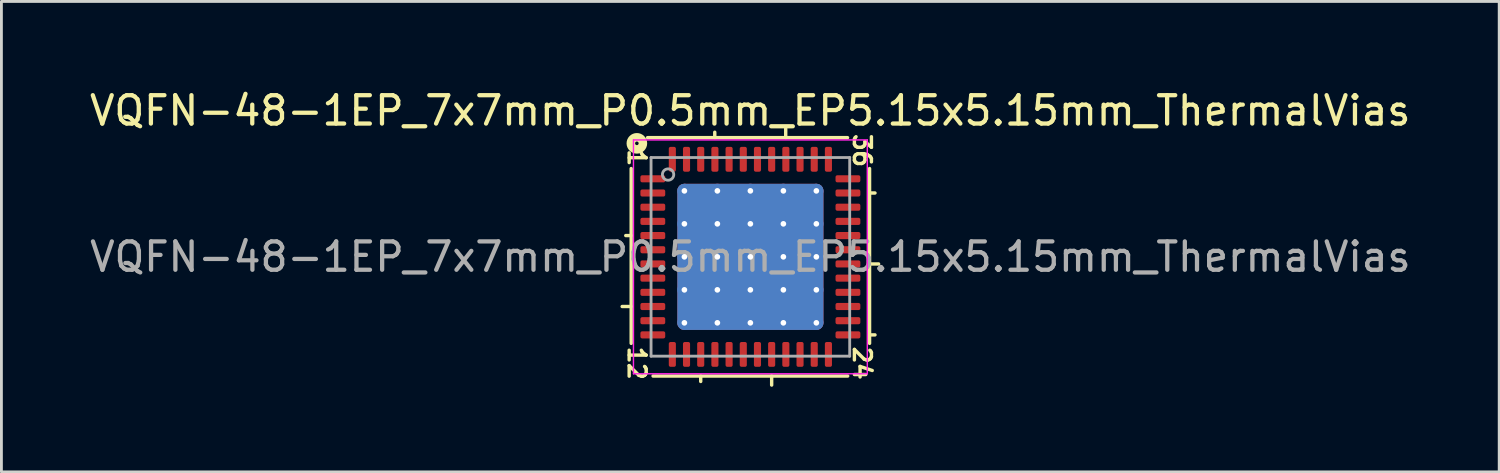
<source format=kicad_pcb>
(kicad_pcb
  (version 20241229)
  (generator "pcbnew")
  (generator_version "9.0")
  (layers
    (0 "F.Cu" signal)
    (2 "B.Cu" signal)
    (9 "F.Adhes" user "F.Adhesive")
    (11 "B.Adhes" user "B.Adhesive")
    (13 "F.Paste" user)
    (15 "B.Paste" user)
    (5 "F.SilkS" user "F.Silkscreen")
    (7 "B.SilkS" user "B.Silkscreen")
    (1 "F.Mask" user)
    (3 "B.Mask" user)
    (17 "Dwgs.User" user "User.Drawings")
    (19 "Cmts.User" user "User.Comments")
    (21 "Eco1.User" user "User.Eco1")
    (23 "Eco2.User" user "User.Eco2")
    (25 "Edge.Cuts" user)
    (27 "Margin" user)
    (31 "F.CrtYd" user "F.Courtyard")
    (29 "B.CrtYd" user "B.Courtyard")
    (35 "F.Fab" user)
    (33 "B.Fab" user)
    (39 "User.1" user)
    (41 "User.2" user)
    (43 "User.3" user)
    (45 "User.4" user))
  (footprint "VQFN-48-1EP_7x7mm_P0.5mm_EP5.15x5.15mm_ThermalVias"
    (layer "F.Cu")
    (at 23.392 6.001)
    (property "Reference" "VQFN-48-1EP_7x7mm_P0.5mm_EP5.15x5.15mm_ThermalVias" (at -0.005 -5.152 0) (layer "F.SilkS") (effects (font (size 1 1) (thickness 0.15))))
    (attr smd)
    (fp_line (start -4.2 -3.111) (end -4.2 3.048) (stroke (width 0.12) (type solid)) (layer "F.SilkS"))
    (fp_line (start -4.2 -0.75) (end -4.391 -0.75) (stroke (width 0.12) (type solid)) (layer "F.SilkS"))
    (fp_line (start -4.2 1.75) (end -4.518 1.75) (stroke (width 0.12) (type solid)) (layer "F.SilkS"))
    (fp_line (start -3.429 4.2) (end 3.429 4.2) (stroke (width 0.12) (type solid)) (layer "F.SilkS"))
    (fp_line (start -1.75 4.2) (end -1.75 4.391) (stroke (width 0.12) (type solid)) (layer "F.SilkS"))
    (fp_line (start -1.255 -4.2) (end -1.255 -4.391) (stroke (width 0.12) (type solid)) (layer "F.SilkS"))
    (fp_line (start 0.75 4.2) (end 0.75 4.518) (stroke (width 0.12) (type solid)) (layer "F.SilkS"))
    (fp_line (start 1.245 -4.2) (end 1.245 -4.518) (stroke (width 0.12) (type solid)) (layer "F.SilkS"))
    (fp_line (start 3.424 -4.2) (end -3.624 -4.2) (stroke (width 0.12) (type solid)) (layer "F.SilkS"))
    (fp_line (start 4.2 -2.25) (end 4.391 -2.25) (stroke (width 0.12) (type solid)) (layer "F.SilkS"))
    (fp_line (start 4.2 0.25) (end 4.518 0.25) (stroke (width 0.12) (type solid)) (layer "F.SilkS"))
    (fp_line (start 4.2 2.75) (end 4.391 2.75) (stroke (width 0.12) (type solid)) (layer "F.SilkS"))
    (fp_line (start 4.2 3.048) (end 4.2 -3.111) (stroke (width 0.12) (type solid)) (layer "F.SilkS"))
    (fp_circle (center -4 -4) (end -3.937 -4) (stroke (width 0.3) (type solid)) (fill no) (layer "F.SilkS"))
    (fp_line (start -4.12 -4.12) (end -4.12 4.12) (stroke (width 0.05) (type solid)) (layer "F.CrtYd"))
    (fp_line (start -4.12 4.12) (end 4.12 4.12) (stroke (width 0.05) (type solid)) (layer "F.CrtYd"))
    (fp_line (start 4.12 -4.12) (end -4.12 -4.12) (stroke (width 0.05) (type solid)) (layer "F.CrtYd"))
    (fp_line (start 4.12 4.12) (end 4.12 -4.12) (stroke (width 0.05) (type solid)) (layer "F.CrtYd"))
    (fp_line (start -3.5 -3.5) (end 3.5 -3.5) (stroke (width 0.1) (type solid)) (layer "F.Fab"))
    (fp_line (start -3.5 3.5) (end -3.5 -3.5) (stroke (width 0.1) (type solid)) (layer "F.Fab"))
    (fp_line (start 3.5 -3.5) (end 3.5 3.5) (stroke (width 0.1) (type solid)) (layer "F.Fab"))
    (fp_line (start 3.5 3.5) (end -3.5 3.5) (stroke (width 0.1) (type solid)) (layer "F.Fab"))
    (fp_circle (center -2.9 -2.9) (end -2.7 -2.9) (stroke (width 0.1) (type solid)) (fill no) (layer "F.Fab"))
    (fp_text user "36" (at 3.937 -3.747 270) (unlocked yes) (layer "F.SilkS") (effects (font (size 0.6 0.6) (thickness 0.12))))
    (fp_text user "24" (at 3.937 3.747 270) (unlocked yes) (layer "F.SilkS") (effects (font (size 0.6 0.6) (thickness 0.12))))
    (fp_text user "12" (at -4 3.747 270) (unlocked yes) (layer "F.SilkS") (effects (font (size 0.6 0.6) (thickness 0.12))))
    (fp_text user "1" (at -4 -3.493 270) (unlocked yes) (layer "F.SilkS") (effects (font (size 0.6 0.6) (thickness 0.12))))
    (fp_text user "${REFERENCE}" (at 0 0 0) (layer "F.Fab") (effects (font (size 1 1) (thickness 0.15))))
    (pad "" smd roundrect (at -1.29 -1.29) (size 2.08 2.08) (layers "F.Paste") (roundrect_rratio 0.12))
    (pad "" smd roundrect (at -1.29 1.29) (size 2.08 2.08) (layers "F.Paste") (roundrect_rratio 0.12))
    (pad "" smd roundrect (at 1.29 -1.29) (size 2.08 2.08) (layers "F.Paste") (roundrect_rratio 0.12))
    (pad "" smd roundrect (at 1.29 1.29) (size 2.08 2.08) (layers "F.Paste") (roundrect_rratio 0.12))
    (pad "1" smd roundrect (at -3.438 -2.75) (size 0.875 0.25) (layers "F.Cu" "F.Mask" "F.Paste") (roundrect_rratio 0.25))
    (pad "2" smd roundrect (at -3.438 -2.25) (size 0.875 0.25) (layers "F.Cu" "F.Mask" "F.Paste") (roundrect_rratio 0.25))
    (pad "3" smd roundrect (at -3.438 -1.75) (size 0.875 0.25) (layers "F.Cu" "F.Mask" "F.Paste") (roundrect_rratio 0.25))
    (pad "4" smd roundrect (at -3.438 -1.25) (size 0.875 0.25) (layers "F.Cu" "F.Mask" "F.Paste") (roundrect_rratio 0.25))
    (pad "5" smd roundrect (at -3.438 -0.75) (size 0.875 0.25) (layers "F.Cu" "F.Mask" "F.Paste") (roundrect_rratio 0.25))
    (pad "6" smd roundrect (at -3.438 -0.25) (size 0.875 0.25) (layers "F.Cu" "F.Mask" "F.Paste") (roundrect_rratio 0.25))
    (pad "7" smd roundrect (at -3.438 0.25) (size 0.875 0.25) (layers "F.Cu" "F.Mask" "F.Paste") (roundrect_rratio 0.25))
    (pad "8" smd roundrect (at -3.438 0.75) (size 0.875 0.25) (layers "F.Cu" "F.Mask" "F.Paste") (roundrect_rratio 0.25))
    (pad "9" smd roundrect (at -3.438 1.25) (size 0.875 0.25) (layers "F.Cu" "F.Mask" "F.Paste") (roundrect_rratio 0.25))
    (pad "10" smd roundrect (at -3.438 1.75) (size 0.875 0.25) (layers "F.Cu" "F.Mask" "F.Paste") (roundrect_rratio 0.25))
    (pad "11" smd roundrect (at -3.438 2.25) (size 0.875 0.25) (layers "F.Cu" "F.Mask" "F.Paste") (roundrect_rratio 0.25))
    (pad "12" smd roundrect (at -3.438 2.75) (size 0.875 0.25) (layers "F.Cu" "F.Mask" "F.Paste") (roundrect_rratio 0.25))
    (pad "13" smd roundrect (at -2.75 3.438) (size 0.25 0.875) (layers "F.Cu" "F.Mask" "F.Paste") (roundrect_rratio 0.25))
    (pad "14" smd roundrect (at -2.25 3.438) (size 0.25 0.875) (layers "F.Cu" "F.Mask" "F.Paste") (roundrect_rratio 0.25))
    (pad "15" smd roundrect (at -1.75 3.438) (size 0.25 0.875) (layers "F.Cu" "F.Mask" "F.Paste") (roundrect_rratio 0.25))
    (pad "16" smd roundrect (at -1.25 3.438) (size 0.25 0.875) (layers "F.Cu" "F.Mask" "F.Paste") (roundrect_rratio 0.25))
    (pad "17" smd roundrect (at -0.75 3.438) (size 0.25 0.875) (layers "F.Cu" "F.Mask" "F.Paste") (roundrect_rratio 0.25))
    (pad "18" smd roundrect (at -0.25 3.438) (size 0.25 0.875) (layers "F.Cu" "F.Mask" "F.Paste") (roundrect_rratio 0.25))
    (pad "19" smd roundrect (at 0.25 3.438) (size 0.25 0.875) (layers "F.Cu" "F.Mask" "F.Paste") (roundrect_rratio 0.25))
    (pad "20" smd roundrect (at 0.75 3.438) (size 0.25 0.875) (layers "F.Cu" "F.Mask" "F.Paste") (roundrect_rratio 0.25))
    (pad "21" smd roundrect (at 1.25 3.438) (size 0.25 0.875) (layers "F.Cu" "F.Mask" "F.Paste") (roundrect_rratio 0.25))
    (pad "22" smd roundrect (at 1.75 3.438) (size 0.25 0.875) (layers "F.Cu" "F.Mask" "F.Paste") (roundrect_rratio 0.25))
    (pad "23" smd roundrect (at 2.25 3.438) (size 0.25 0.875) (layers "F.Cu" "F.Mask" "F.Paste") (roundrect_rratio 0.25))
    (pad "24" smd roundrect (at 2.75 3.438) (size 0.25 0.875) (layers "F.Cu" "F.Mask" "F.Paste") (roundrect_rratio 0.25))
    (pad "25" smd roundrect (at 3.438 2.75) (size 0.875 0.25) (layers "F.Cu" "F.Mask" "F.Paste") (roundrect_rratio 0.25))
    (pad "26" smd roundrect (at 3.438 2.25) (size 0.875 0.25) (layers "F.Cu" "F.Mask" "F.Paste") (roundrect_rratio 0.25))
    (pad "27" smd roundrect (at 3.438 1.75) (size 0.875 0.25) (layers "F.Cu" "F.Mask" "F.Paste") (roundrect_rratio 0.25))
    (pad "28" smd roundrect (at 3.438 1.25) (size 0.875 0.25) (layers "F.Cu" "F.Mask" "F.Paste") (roundrect_rratio 0.25))
    (pad "29" smd roundrect (at 3.438 0.75) (size 0.875 0.25) (layers "F.Cu" "F.Mask" "F.Paste") (roundrect_rratio 0.25))
    (pad "30" smd roundrect (at 3.438 0.25) (size 0.875 0.25) (layers "F.Cu" "F.Mask" "F.Paste") (roundrect_rratio 0.25))
    (pad "31" smd roundrect (at 3.438 -0.25) (size 0.875 0.25) (layers "F.Cu" "F.Mask" "F.Paste") (roundrect_rratio 0.25))
    (pad "32" smd roundrect (at 3.438 -0.75) (size 0.875 0.25) (layers "F.Cu" "F.Mask" "F.Paste") (roundrect_rratio 0.25))
    (pad "33" smd roundrect (at 3.438 -1.25) (size 0.875 0.25) (layers "F.Cu" "F.Mask" "F.Paste") (roundrect_rratio 0.25))
    (pad "34" smd roundrect (at 3.438 -1.75) (size 0.875 0.25) (layers "F.Cu" "F.Mask" "F.Paste") (roundrect_rratio 0.25))
    (pad "35" smd roundrect (at 3.438 -2.25) (size 0.875 0.25) (layers "F.Cu" "F.Mask" "F.Paste") (roundrect_rratio 0.25))
    (pad "36" smd roundrect (at 3.438 -2.75) (size 0.875 0.25) (layers "F.Cu" "F.Mask" "F.Paste") (roundrect_rratio 0.25))
    (pad "37" smd roundrect (at 2.75 -3.438) (size 0.25 0.875) (layers "F.Cu" "F.Mask" "F.Paste") (roundrect_rratio 0.25))
    (pad "38" smd roundrect (at 2.25 -3.438) (size 0.25 0.875) (layers "F.Cu" "F.Mask" "F.Paste") (roundrect_rratio 0.25))
    (pad "39" smd roundrect (at 1.75 -3.438) (size 0.25 0.875) (layers "F.Cu" "F.Mask" "F.Paste") (roundrect_rratio 0.25))
    (pad "40" smd roundrect (at 1.25 -3.438) (size 0.25 0.875) (layers "F.Cu" "F.Mask" "F.Paste") (roundrect_rratio 0.25))
    (pad "41" smd roundrect (at 0.75 -3.438) (size 0.25 0.875) (layers "F.Cu" "F.Mask" "F.Paste") (roundrect_rratio 0.25))
    (pad "42" smd roundrect (at 0.25 -3.438) (size 0.25 0.875) (layers "F.Cu" "F.Mask" "F.Paste") (roundrect_rratio 0.25))
    (pad "43" smd roundrect (at -0.25 -3.438) (size 0.25 0.875) (layers "F.Cu" "F.Mask" "F.Paste") (roundrect_rratio 0.25))
    (pad "44" smd roundrect (at -0.75 -3.438) (size 0.25 0.875) (layers "F.Cu" "F.Mask" "F.Paste") (roundrect_rratio 0.25))
    (pad "45" smd roundrect (at -1.25 -3.438) (size 0.25 0.875) (layers "F.Cu" "F.Mask" "F.Paste") (roundrect_rratio 0.25))
    (pad "46" smd roundrect (at -1.75 -3.438) (size 0.25 0.875) (layers "F.Cu" "F.Mask" "F.Paste") (roundrect_rratio 0.25))
    (pad "47" smd roundrect (at -2.25 -3.438) (size 0.25 0.875) (layers "F.Cu" "F.Mask" "F.Paste") (roundrect_rratio 0.25))
    (pad "48" smd roundrect (at -2.75 -3.438) (size 0.25 0.875) (layers "F.Cu" "F.Mask" "F.Paste") (roundrect_rratio 0.25))
    (pad "49" thru_hole circle (at -2.325 -2.325) (size 0.5 0.5) (drill 0.2) (property pad_prop_heatsink) (layers "*.Cu"))
    (pad "49" thru_hole circle (at -2.325 -1.163) (size 0.5 0.5) (drill 0.2) (property pad_prop_heatsink) (layers "*.Cu"))
    (pad "49" thru_hole circle (at -2.325 0) (size 0.5 0.5) (drill 0.2) (property pad_prop_heatsink) (layers "*.Cu"))
    (pad "49" thru_hole circle (at -2.325 1.163) (size 0.5 0.5) (drill 0.2) (property pad_prop_heatsink) (layers "*.Cu"))
    (pad "49" thru_hole circle (at -2.325 2.325) (size 0.5 0.5) (drill 0.2) (property pad_prop_heatsink) (layers "*.Cu"))
    (pad "49" thru_hole circle (at -1.163 -2.325) (size 0.5 0.5) (drill 0.2) (property pad_prop_heatsink) (layers "*.Cu"))
    (pad "49" thru_hole circle (at -1.163 -1.163) (size 0.5 0.5) (drill 0.2) (property pad_prop_heatsink) (layers "*.Cu"))
    (pad "49" thru_hole circle (at -1.163 0) (size 0.5 0.5) (drill 0.2) (property pad_prop_heatsink) (layers "*.Cu"))
    (pad "49" thru_hole circle (at -1.163 1.163) (size 0.5 0.5) (drill 0.2) (property pad_prop_heatsink) (layers "*.Cu"))
    (pad "49" thru_hole circle (at -1.163 2.325) (size 0.5 0.5) (drill 0.2) (property pad_prop_heatsink) (layers "*.Cu"))
    (pad "49" thru_hole circle (at 0 -2.325) (size 0.5 0.5) (drill 0.2) (property pad_prop_heatsink) (layers "*.Cu"))
    (pad "49" thru_hole circle (at 0 -1.163) (size 0.5 0.5) (drill 0.2) (property pad_prop_heatsink) (layers "*.Cu"))
    (pad "49" thru_hole circle (at 0 0) (size 0.5 0.5) (drill 0.2) (property pad_prop_heatsink) (layers "*.Cu"))
    (pad "49" smd roundrect (at 0 0) (size 5.15 5.15) (layers "F.Cu" "F.Mask") (roundrect_rratio 0.049))
    (pad "49" smd roundrect (at 0 0) (size 5.15 5.15) (layers "B.Cu" "B.Mask") (roundrect_rratio 0.049))
    (pad "49" thru_hole circle (at 0 1.163) (size 0.5 0.5) (drill 0.2) (property pad_prop_heatsink) (layers "*.Cu"))
    (pad "49" thru_hole circle (at 0 2.325) (size 0.5 0.5) (drill 0.2) (property pad_prop_heatsink) (layers "*.Cu"))
    (pad "49" thru_hole circle (at 1.163 -2.325) (size 0.5 0.5) (drill 0.2) (property pad_prop_heatsink) (layers "*.Cu"))
    (pad "49" thru_hole circle (at 1.163 -1.163) (size 0.5 0.5) (drill 0.2) (property pad_prop_heatsink) (layers "*.Cu"))
    (pad "49" thru_hole circle (at 1.163 0) (size 0.5 0.5) (drill 0.2) (property pad_prop_heatsink) (layers "*.Cu"))
    (pad "49" thru_hole circle (at 1.163 1.163) (size 0.5 0.5) (drill 0.2) (property pad_prop_heatsink) (layers "*.Cu"))
    (pad "49" thru_hole circle (at 1.163 2.325) (size 0.5 0.5) (drill 0.2) (property pad_prop_heatsink) (layers "*.Cu"))
    (pad "49" thru_hole circle (at 2.325 -2.325) (size 0.5 0.5) (drill 0.2) (property pad_prop_heatsink) (layers "*.Cu"))
    (pad "49" thru_hole circle (at 2.325 -1.163) (size 0.5 0.5) (drill 0.2) (property pad_prop_heatsink) (layers "*.Cu"))
    (pad "49" thru_hole circle (at 2.325 0) (size 0.5 0.5) (drill 0.2) (property pad_prop_heatsink) (layers "*.Cu"))
    (pad "49" thru_hole circle (at 2.325 1.163) (size 0.5 0.5) (drill 0.2) (property pad_prop_heatsink) (layers "*.Cu"))
    (pad "49" thru_hole circle (at 2.325 2.325) (size 0.5 0.5) (drill 0.2) (property pad_prop_heatsink) (layers "*.Cu")))
  (gr_rect
    (start -3 -3)
    (end 49.779 13.578)
    (stroke (width 0.1) (type default))
    (fill no)
    (layer "Edge.Cuts")))
</source>
